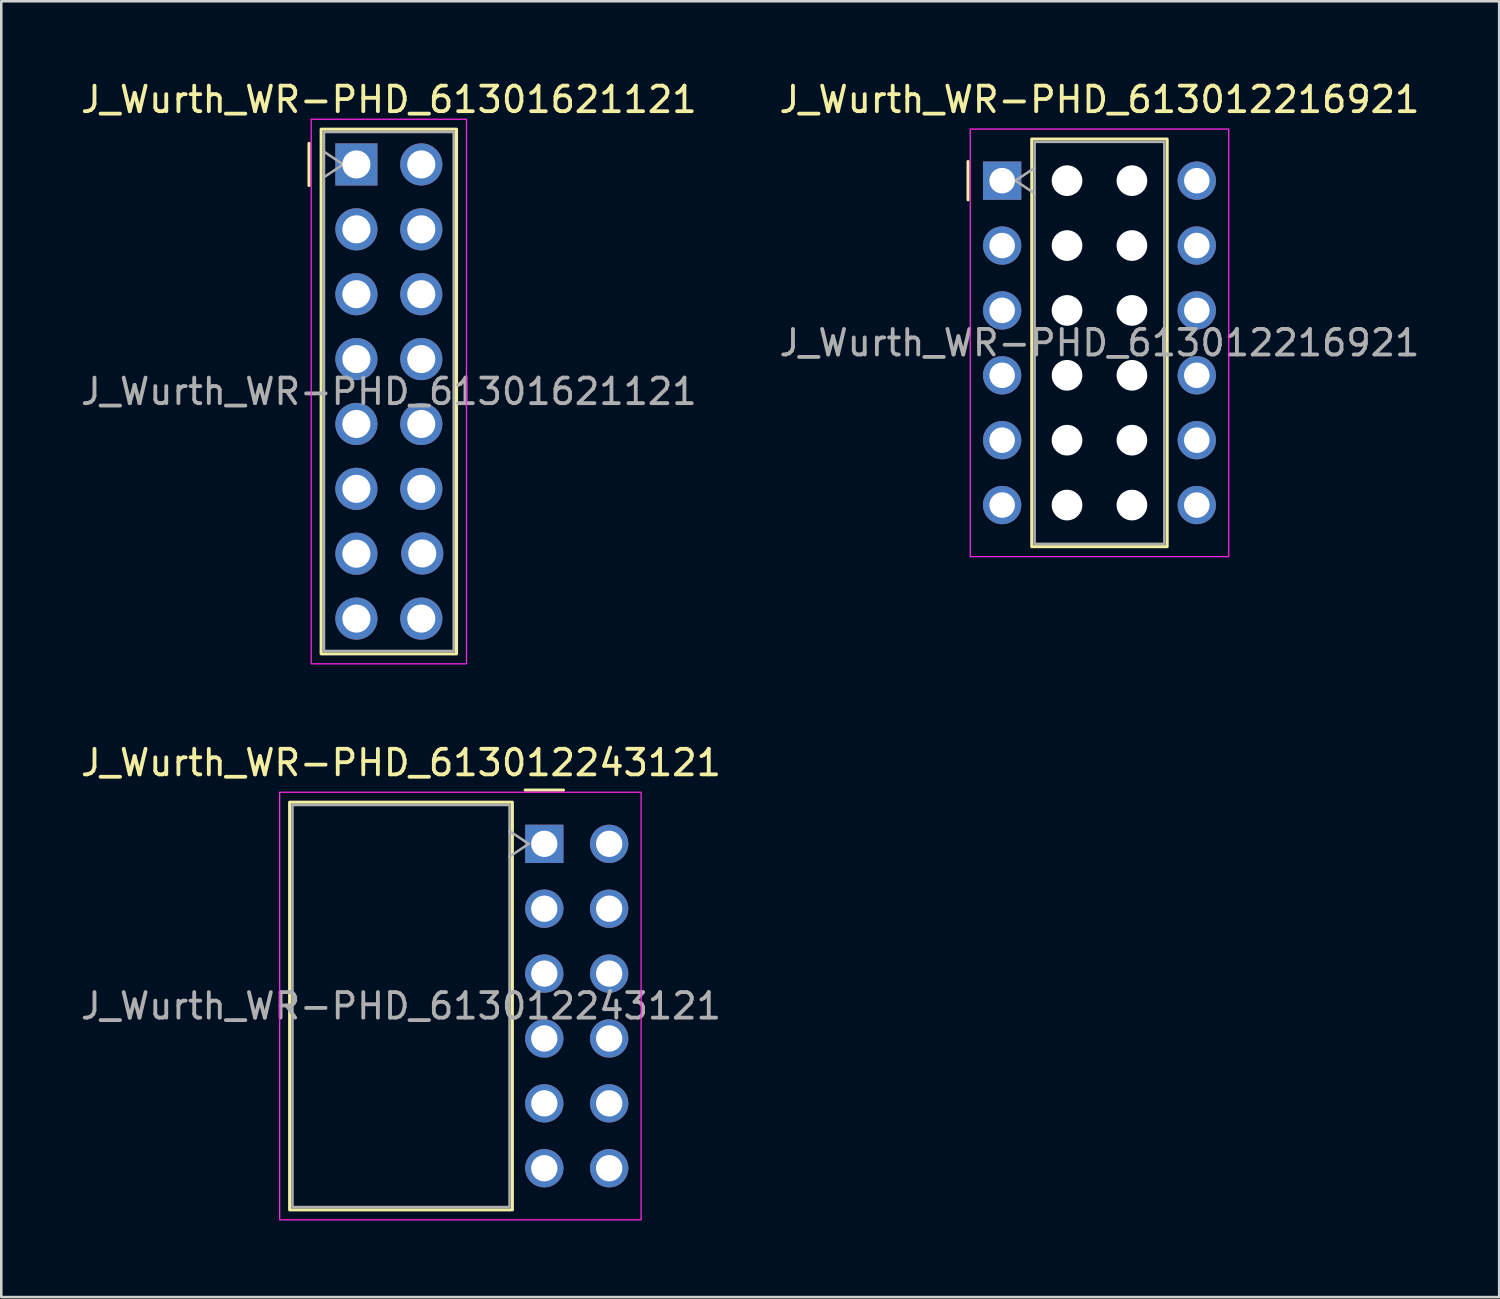
<source format=kicad_pcb>
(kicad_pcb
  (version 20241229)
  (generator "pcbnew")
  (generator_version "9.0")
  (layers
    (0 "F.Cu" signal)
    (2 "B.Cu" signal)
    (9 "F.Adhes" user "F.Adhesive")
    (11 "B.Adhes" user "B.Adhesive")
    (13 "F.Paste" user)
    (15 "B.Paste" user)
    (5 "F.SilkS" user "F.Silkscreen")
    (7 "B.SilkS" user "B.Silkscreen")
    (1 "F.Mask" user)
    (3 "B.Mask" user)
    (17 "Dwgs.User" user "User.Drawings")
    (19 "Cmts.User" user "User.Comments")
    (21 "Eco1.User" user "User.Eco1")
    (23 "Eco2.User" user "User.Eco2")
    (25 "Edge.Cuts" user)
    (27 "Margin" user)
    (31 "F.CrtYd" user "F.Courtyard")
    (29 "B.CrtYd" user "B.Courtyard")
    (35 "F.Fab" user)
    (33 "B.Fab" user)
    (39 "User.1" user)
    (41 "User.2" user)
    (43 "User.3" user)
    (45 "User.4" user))
  (footprint "J_Wurth_WR-PHD_613012243121"
    (layer "F.Cu")
    (at 18.259 29.986)
    (property "Reference" "J_Wurth_WR-PHD_613012243121" (at -5.61 -3.175 0) (unlocked yes) (layer "F.SilkS") (effects (font (size 1 1) (thickness 0.15))))
    (attr through_hole)
    (fp_line (start -0.75 -2.105) (end 0.75 -2.105) (stroke (width 0.12) (type solid)) (layer "F.SilkS"))
    (fp_rect (start -9.97 -1.63) (end -1.25 14.33) (stroke (width 0.12) (type solid)) (fill no) (layer "F.SilkS"))
    (fp_rect (start -10.36 -2.02) (end 3.79 14.72) (stroke (width 0.05) (type solid)) (fill no) (layer "F.CrtYd"))
    (fp_line (start -0.61 0) (end -1.36 -0.5) (stroke (width 0.1) (type solid)) (layer "F.Fab"))
    (fp_line (start -0.61 0) (end -1.36 0.5) (stroke (width 0.1) (type solid)) (layer "F.Fab"))
    (fp_rect (start -9.86 -1.52) (end -1.36 14.22) (stroke (width 0.1) (type solid)) (fill no) (layer "F.Fab"))
    (fp_text user "${REFERENCE}" (at -5.61 6.35 0) (unlocked yes) (layer "F.Fab") (effects (font (size 1 1) (thickness 0.15))))
    (pad "1" thru_hole rect (at 0 0 270) (size 1.5 1.5) (drill 1.03) (layers "*.Cu" "*.Mask"))
    (pad "2" thru_hole circle (at 2.54 0 270) (size 1.5 1.5) (drill 1.03) (layers "*.Cu" "*.Mask"))
    (pad "3" thru_hole circle (at 0 2.54 270) (size 1.5 1.5) (drill 1.03) (layers "*.Cu" "*.Mask"))
    (pad "4" thru_hole circle (at 2.54 2.54 270) (size 1.5 1.5) (drill 1.03) (layers "*.Cu" "*.Mask"))
    (pad "5" thru_hole circle (at 0 5.08 270) (size 1.5 1.5) (drill 1.03) (layers "*.Cu" "*.Mask"))
    (pad "6" thru_hole circle (at 2.54 5.08 270) (size 1.5 1.5) (drill 1.03) (layers "*.Cu" "*.Mask"))
    (pad "7" thru_hole circle (at 0 7.62 270) (size 1.5 1.5) (drill 1.03) (layers "*.Cu" "*.Mask"))
    (pad "8" thru_hole circle (at 2.54 7.62 270) (size 1.5 1.5) (drill 1.03) (layers "*.Cu" "*.Mask"))
    (pad "9" thru_hole circle (at 0 10.16 270) (size 1.5 1.5) (drill 1.03) (layers "*.Cu" "*.Mask"))
    (pad "10" thru_hole circle (at 2.54 10.16 270) (size 1.5 1.5) (drill 1.03) (layers "*.Cu" "*.Mask"))
    (pad "11" thru_hole circle (at 0 12.7 270) (size 1.5 1.5) (drill 1.03) (layers "*.Cu" "*.Mask"))
    (pad "12" thru_hole circle (at 2.54 12.7 270) (size 1.5 1.5) (drill 1.03) (layers "*.Cu" "*.Mask")))
  (footprint "J_Wurth_WR-PHD_613012216921"
    (layer "F.Cu")
    (at 36.184 4.023)
    (property "Reference" "J_Wurth_WR-PHD_613012216921" (at 3.81 -3.175 0) (unlocked yes) (layer "F.SilkS") (effects (font (size 1 1) (thickness 0.15))))
    (attr through_hole)
    (fp_line (start -1.335 -0.75) (end -1.335 0.75) (stroke (width 0.12) (type solid)) (layer "F.SilkS"))
    (fp_rect (start 1.16 -1.63) (end 6.46 14.33) (stroke (width 0.12) (type solid)) (fill no) (layer "F.SilkS"))
    (fp_rect (start -1.25 -2.02) (end 8.87 14.72) (stroke (width 0.05) (type solid)) (fill no) (layer "F.CrtYd"))
    (fp_line (start 0.52 0) (end 1.27 -0.5) (stroke (width 0.1) (type solid)) (layer "F.Fab"))
    (fp_line (start 0.52 0) (end 1.27 0.5) (stroke (width 0.1) (type solid)) (layer "F.Fab"))
    (fp_rect (start 1.27 -1.52) (end 6.35 14.22) (stroke (width 0.1) (type solid)) (fill no) (layer "F.Fab"))
    (fp_text user "${REFERENCE}" (at 3.81 6.35 0) (unlocked yes) (layer "F.Fab") (effects (font (size 1 1) (thickness 0.15))))
    (pad "" np_thru_hole circle (at 2.54 0 270) (size 1.2 1.2) (drill 1.2) (layers "*.Cu" "*.Mask"))
    (pad "" np_thru_hole circle (at 2.54 2.54 270) (size 1.2 1.2) (drill 1.2) (layers "*.Cu" "*.Mask"))
    (pad "" np_thru_hole circle (at 2.54 5.08 270) (size 1.2 1.2) (drill 1.2) (layers "*.Cu" "*.Mask"))
    (pad "" np_thru_hole circle (at 2.54 7.62 270) (size 1.2 1.2) (drill 1.2) (layers "*.Cu" "*.Mask"))
    (pad "" np_thru_hole circle (at 2.54 10.16 270) (size 1.2 1.2) (drill 1.2) (layers "*.Cu" "*.Mask"))
    (pad "" np_thru_hole circle (at 2.54 12.7 270) (size 1.2 1.2) (drill 1.2) (layers "*.Cu" "*.Mask"))
    (pad "" np_thru_hole circle (at 5.08 0 270) (size 1.2 1.2) (drill 1.2) (layers "*.Cu" "*.Mask"))
    (pad "" np_thru_hole circle (at 5.08 2.54 270) (size 1.2 1.2) (drill 1.2) (layers "*.Cu" "*.Mask"))
    (pad "" np_thru_hole circle (at 5.08 5.08 270) (size 1.2 1.2) (drill 1.2) (layers "*.Cu" "*.Mask"))
    (pad "" np_thru_hole circle (at 5.08 7.62 270) (size 1.2 1.2) (drill 1.2) (layers "*.Cu" "*.Mask"))
    (pad "" np_thru_hole circle (at 5.08 10.16 270) (size 1.2 1.2) (drill 1.2) (layers "*.Cu" "*.Mask"))
    (pad "" np_thru_hole circle (at 5.08 12.7 270) (size 1.2 1.2) (drill 1.2) (layers "*.Cu" "*.Mask"))
    (pad "1" thru_hole rect (at 0 0 270) (size 1.5 1.5) (drill 1) (layers "*.Cu" "*.Mask"))
    (pad "2" thru_hole circle (at 7.62 0 270) (size 1.5 1.5) (drill 1) (layers "*.Cu" "*.Mask"))
    (pad "3" thru_hole circle (at 0 2.54 270) (size 1.5 1.5) (drill 1) (layers "*.Cu" "*.Mask"))
    (pad "4" thru_hole circle (at 7.62 2.54 270) (size 1.5 1.5) (drill 1) (layers "*.Cu" "*.Mask"))
    (pad "5" thru_hole circle (at 0 5.08 270) (size 1.5 1.5) (drill 1) (layers "*.Cu" "*.Mask"))
    (pad "6" thru_hole circle (at 7.62 5.08 270) (size 1.5 1.5) (drill 1) (layers "*.Cu" "*.Mask"))
    (pad "7" thru_hole circle (at 0 7.62 270) (size 1.5 1.5) (drill 1) (layers "*.Cu" "*.Mask"))
    (pad "8" thru_hole circle (at 7.62 7.62 270) (size 1.5 1.5) (drill 1) (layers "*.Cu" "*.Mask"))
    (pad "9" thru_hole circle (at 0 10.16 270) (size 1.5 1.5) (drill 1) (layers "*.Cu" "*.Mask"))
    (pad "10" thru_hole circle (at 7.62 10.16 270) (size 1.5 1.5) (drill 1) (layers "*.Cu" "*.Mask"))
    (pad "11" thru_hole circle (at 0 12.7 270) (size 1.5 1.5) (drill 1) (layers "*.Cu" "*.Mask"))
    (pad "12" thru_hole circle (at 7.62 12.7 270) (size 1.5 1.5) (drill 1) (layers "*.Cu" "*.Mask")))
  (footprint "J_Wurth_WR-PHD_61301621121"
    (layer "F.Cu")
    (at 10.903 3.388)
    (property "Reference" "J_Wurth_WR-PHD_61301621121" (at 1.27 -2.54 0) (unlocked yes) (layer "F.SilkS") (effects (font (size 1 1) (thickness 0.15))))
    (attr through_hole)
    (fp_line (start -1.855 -0.825) (end -1.855 0.825) (stroke (width 0.12) (type solid)) (layer "F.SilkS"))
    (fp_rect (start -1.38 -1.38) (end 3.92 19.16) (stroke (width 0.12) (type solid)) (fill no) (layer "F.SilkS"))
    (fp_rect (start -1.77 -1.77) (end 4.31 19.55) (stroke (width 0.05) (type solid)) (fill no) (layer "F.CrtYd"))
    (fp_line (start -1.27 -0.5) (end -0.52 0) (stroke (width 0.1) (type solid)) (layer "F.Fab"))
    (fp_line (start -0.52 0) (end -1.27 0.5) (stroke (width 0.1) (type solid)) (layer "F.Fab"))
    (fp_rect (start -1.27 -1.27) (end 3.81 19.05) (stroke (width 0.1) (type solid)) (fill no) (layer "F.Fab"))
    (fp_text user "${REFERENCE}" (at 1.27 8.89 0) (unlocked yes) (layer "F.Fab") (effects (font (size 1 1) (thickness 0.15))))
    (pad "1" thru_hole rect (at 0 0 270) (size 1.65 1.65) (drill 1.1) (layers "*.Cu" "*.Mask"))
    (pad "2" thru_hole circle (at 2.54 0 270) (size 1.65 1.65) (drill 1.1) (layers "*.Cu" "*.Mask"))
    (pad "3" thru_hole circle (at 0 2.54 270) (size 1.65 1.65) (drill 1.1) (layers "*.Cu" "*.Mask"))
    (pad "4" thru_hole circle (at 2.54 2.54 270) (size 1.65 1.65) (drill 1.1) (layers "*.Cu" "*.Mask"))
    (pad "5" thru_hole circle (at 0 5.08 270) (size 1.65 1.65) (drill 1.1) (layers "*.Cu" "*.Mask"))
    (pad "6" thru_hole circle (at 2.54 5.08 270) (size 1.65 1.65) (drill 1.1) (layers "*.Cu" "*.Mask"))
    (pad "7" thru_hole circle (at 0 7.62 270) (size 1.65 1.65) (drill 1.1) (layers "*.Cu" "*.Mask"))
    (pad "8" thru_hole circle (at 2.54 7.62 270) (size 1.65 1.65) (drill 1.1) (layers "*.Cu" "*.Mask"))
    (pad "9" thru_hole circle (at 0 10.16 270) (size 1.65 1.65) (drill 1.1) (layers "*.Cu" "*.Mask"))
    (pad "10" thru_hole circle (at 2.54 10.16 270) (size 1.65 1.65) (drill 1.1) (layers "*.Cu" "*.Mask"))
    (pad "11" thru_hole circle (at 0 12.7 270) (size 1.65 1.65) (drill 1.1) (layers "*.Cu" "*.Mask"))
    (pad "12" thru_hole circle (at 2.54 12.7 270) (size 1.65 1.65) (drill 1.1) (layers "*.Cu" "*.Mask"))
    (pad "13" thru_hole circle (at 0 15.24 270) (size 1.65 1.65) (drill 1.1) (layers "*.Cu" "*.Mask"))
    (pad "14" thru_hole circle (at 2.579 15.23 270) (size 1.65 1.65) (drill 1.1) (layers "*.Cu" "*.Mask"))
    (pad "15" thru_hole circle (at 0 17.78 270) (size 1.65 1.65) (drill 1.1) (layers "*.Cu" "*.Mask"))
    (pad "16" thru_hole circle (at 2.54 17.78 270) (size 1.65 1.65) (drill 1.1) (layers "*.Cu" "*.Mask")))
  (gr_rect
    (start -3 -3)
    (end 55.643 47.731)
    (stroke (width 0.1) (type default))
    (fill no)
    (layer "Edge.Cuts")))
</source>
